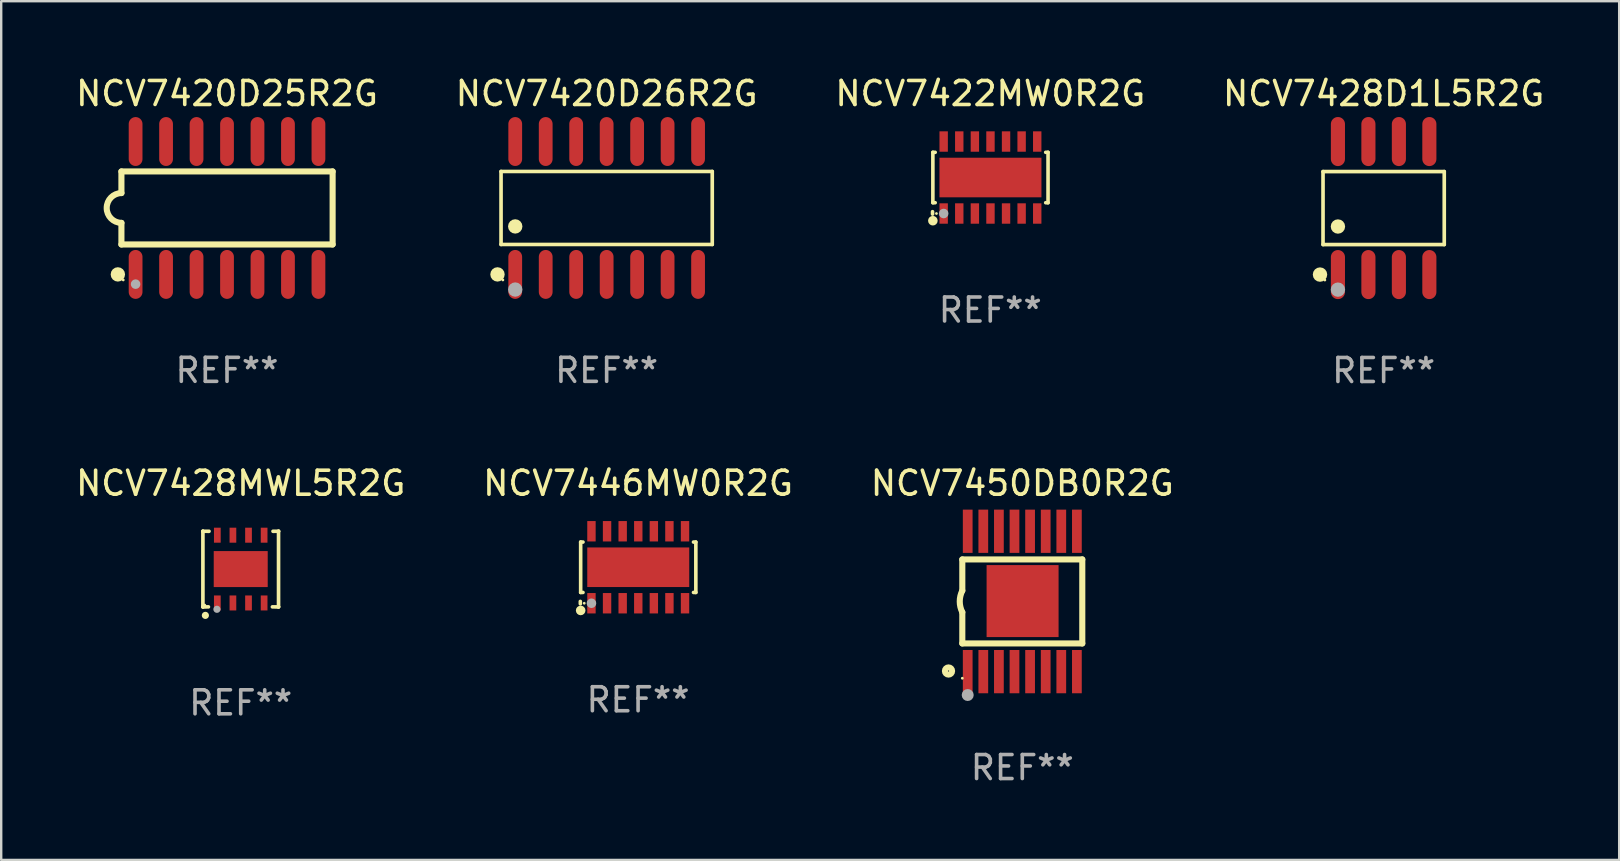
<source format=kicad_pcb>
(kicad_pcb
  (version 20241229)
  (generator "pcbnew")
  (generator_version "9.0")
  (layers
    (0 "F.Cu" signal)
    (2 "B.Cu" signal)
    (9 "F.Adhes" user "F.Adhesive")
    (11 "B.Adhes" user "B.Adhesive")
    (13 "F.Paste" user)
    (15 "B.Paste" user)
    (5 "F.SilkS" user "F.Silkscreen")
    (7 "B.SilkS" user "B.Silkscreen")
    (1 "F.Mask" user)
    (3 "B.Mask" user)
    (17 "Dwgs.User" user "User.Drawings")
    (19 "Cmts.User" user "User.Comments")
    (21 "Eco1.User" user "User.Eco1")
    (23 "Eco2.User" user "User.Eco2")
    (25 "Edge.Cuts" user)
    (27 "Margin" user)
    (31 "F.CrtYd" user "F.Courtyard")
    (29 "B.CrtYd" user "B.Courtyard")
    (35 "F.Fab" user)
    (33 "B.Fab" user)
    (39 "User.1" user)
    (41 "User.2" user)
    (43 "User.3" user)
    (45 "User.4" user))
  (footprint "NCV7428D1L5R2G"
    (layer "F.Cu")
    (at 54.613 5.621)
    (property "Reference" "NCV7428D1L5R2G" (at 0 -4.772 0) (layer "F.SilkS") (effects (font (size 1 1) (thickness 0.15))))
    (attr through_hole)
    (fp_line (start -2.526 -1.521) (end 2.526 -1.521) (stroke (width 0.152) (type solid)) (layer "F.SilkS"))
    (fp_line (start -2.526 1.521) (end -2.526 -1.521) (stroke (width 0.152) (type solid)) (layer "F.SilkS"))
    (fp_line (start 2.526 -1.521) (end 2.526 1.521) (stroke (width 0.152) (type solid)) (layer "F.SilkS"))
    (fp_line (start 2.526 1.521) (end -2.526 1.521) (stroke (width 0.152) (type solid)) (layer "F.SilkS"))
    (fp_circle (center -2.652 2.772) (end -2.501 2.772) (stroke (width 0.3) (type solid)) (fill no) (layer "F.SilkS"))
    (fp_circle (center -2.45 3) (end -2.42 3) (stroke (width 0.06) (type solid)) (fill no) (layer "F.SilkS"))
    (fp_circle (center -1.905 0.769) (end -1.755 0.769) (stroke (width 0.3) (type solid)) (fill no) (layer "F.SilkS"))
    (fp_circle (center -1.905 3.4) (end -1.755 3.4) (stroke (width 0.3) (type solid)) (fill no) (layer "F.Fab"))
    (fp_text user "REF**" (at 0 6.772 0) (layer "F.Fab") (effects (font (size 1 1) (thickness 0.15))))
    (pad "1" smd oval (at -1.905 2.772) (size 0.588 2.045) (layers "F.Cu" "F.Mask" "F.Paste"))
    (pad "2" smd oval (at -0.635 2.772) (size 0.588 2.045) (layers "F.Cu" "F.Mask" "F.Paste"))
    (pad "3" smd oval (at 0.635 2.772) (size 0.588 2.045) (layers "F.Cu" "F.Mask" "F.Paste"))
    (pad "4" smd oval (at 1.905 2.772) (size 0.588 2.045) (layers "F.Cu" "F.Mask" "F.Paste"))
    (pad "5" smd oval (at 1.905 -2.772) (size 0.588 2.045) (layers "F.Cu" "F.Mask" "F.Paste"))
    (pad "6" smd oval (at 0.635 -2.772) (size 0.588 2.045) (layers "F.Cu" "F.Mask" "F.Paste"))
    (pad "7" smd oval (at -0.635 -2.772) (size 0.588 2.045) (layers "F.Cu" "F.Mask" "F.Paste"))
    (pad "8" smd oval (at -1.905 -2.772) (size 0.588 2.045) (layers "F.Cu" "F.Mask" "F.Paste")))
  (footprint "NCV7420D26R2G"
    (layer "F.Cu")
    (at 22.232 5.617)
    (property "Reference" "NCV7420D26R2G" (at 0 -4.769 0) (layer "F.SilkS") (effects (font (size 1 1) (thickness 0.15))))
    (attr through_hole)
    (fp_line (start -4.401 -1.521) (end 4.401 -1.521) (stroke (width 0.152) (type solid)) (layer "F.SilkS"))
    (fp_line (start -4.401 1.521) (end -4.401 -1.521) (stroke (width 0.152) (type solid)) (layer "F.SilkS"))
    (fp_line (start 4.401 -1.521) (end 4.401 1.521) (stroke (width 0.152) (type solid)) (layer "F.SilkS"))
    (fp_line (start 4.401 1.521) (end -4.401 1.521) (stroke (width 0.152) (type solid)) (layer "F.SilkS"))
    (fp_circle (center -4.549 2.769) (end -4.399 2.769) (stroke (width 0.3) (type solid)) (fill no) (layer "F.SilkS"))
    (fp_circle (center -4.325 3) (end -4.295 3) (stroke (width 0.06) (type solid)) (fill no) (layer "F.SilkS"))
    (fp_circle (center -3.81 0.769) (end -3.66 0.769) (stroke (width 0.3) (type solid)) (fill no) (layer "F.SilkS"))
    (fp_circle (center -3.81 3.4) (end -3.66 3.4) (stroke (width 0.3) (type solid)) (fill no) (layer "F.Fab"))
    (fp_text user "REF**" (at 0 6.769 0) (layer "F.Fab") (effects (font (size 1 1) (thickness 0.15))))
    (pad "1" smd oval (at -3.81 2.769) (size 0.574 2.038) (layers "F.Cu" "F.Mask" "F.Paste"))
    (pad "2" smd oval (at -2.54 2.769) (size 0.574 2.038) (layers "F.Cu" "F.Mask" "F.Paste"))
    (pad "3" smd oval (at -1.27 2.769) (size 0.574 2.038) (layers "F.Cu" "F.Mask" "F.Paste"))
    (pad "4" smd oval (at 0 2.769) (size 0.574 2.038) (layers "F.Cu" "F.Mask" "F.Paste"))
    (pad "5" smd oval (at 1.27 2.769) (size 0.574 2.038) (layers "F.Cu" "F.Mask" "F.Paste"))
    (pad "6" smd oval (at 2.54 2.769) (size 0.574 2.038) (layers "F.Cu" "F.Mask" "F.Paste"))
    (pad "7" smd oval (at 3.81 2.769) (size 0.574 2.038) (layers "F.Cu" "F.Mask" "F.Paste"))
    (pad "8" smd oval (at 3.81 -2.769) (size 0.574 2.038) (layers "F.Cu" "F.Mask" "F.Paste"))
    (pad "9" smd oval (at 2.54 -2.769) (size 0.574 2.038) (layers "F.Cu" "F.Mask" "F.Paste"))
    (pad "10" smd oval (at 1.27 -2.769) (size 0.574 2.038) (layers "F.Cu" "F.Mask" "F.Paste"))
    (pad "11" smd oval (at 0 -2.769) (size 0.574 2.038) (layers "F.Cu" "F.Mask" "F.Paste"))
    (pad "12" smd oval (at -1.27 -2.769) (size 0.574 2.038) (layers "F.Cu" "F.Mask" "F.Paste"))
    (pad "13" smd oval (at -2.54 -2.769) (size 0.574 2.038) (layers "F.Cu" "F.Mask" "F.Paste"))
    (pad "14" smd oval (at -3.81 -2.769) (size 0.574 2.038) (layers "F.Cu" "F.Mask" "F.Paste")))
  (footprint "NCV7450DB0R2G"
    (layer "F.Cu")
    (at 39.554 22.015)
    (property "Reference" "NCV7450DB0R2G" (at 0 -4.925 0) (layer "F.SilkS") (effects (font (size 1 1) (thickness 0.15))))
    (attr through_hole)
    (fp_line (start -2.5 -1.75) (end -2.5 -0.45) (stroke (width 0.254) (type solid)) (layer "F.SilkS"))
    (fp_line (start -2.5 -1.75) (end 2.5 -1.75) (stroke (width 0.254) (type solid)) (layer "F.SilkS"))
    (fp_line (start -2.5 1.75) (end -2.5 0.45) (stroke (width 0.254) (type solid)) (layer "F.SilkS"))
    (fp_line (start 2.5 -1.75) (end 2.5 1.75) (stroke (width 0.254) (type solid)) (layer "F.SilkS"))
    (fp_line (start 2.5 1.75) (end -2.5 1.75) (stroke (width 0.254) (type solid)) (layer "F.SilkS"))
    (fp_arc (start -2.500254 0.450114) (mid -2.606409 0.000033) (end -2.5 -0.449987) (stroke (width 0.254001) (type solid)) (layer "F.SilkS"))
    (fp_circle (center -3.075 2.899) (end -2.925 2.899) (stroke (width 0.254) (type solid)) (fill no) (layer "F.SilkS"))
    (fp_circle (center -2.5 3.2) (end -2.47 3.2) (stroke (width 0.06) (type solid)) (fill no) (layer "F.SilkS"))
    (fp_circle (center -2.275 3.9) (end -2.15 3.9) (stroke (width 0.25) (type solid)) (fill no) (layer "F.Fab"))
    (fp_text user "REF**" (at 0 6.925 0) (layer "F.Fab") (effects (font (size 1 1) (thickness 0.15))))
    (pad "1" smd rect (at -2.275 2.925 90) (size 1.803 0.406) (layers "F.Cu" "F.Mask" "F.Paste"))
    (pad "2" smd rect (at -1.625 2.925 90) (size 1.803 0.406) (layers "F.Cu" "F.Mask" "F.Paste"))
    (pad "3" smd rect (at -0.975 2.925 90) (size 1.803 0.406) (layers "F.Cu" "F.Mask" "F.Paste"))
    (pad "4" smd rect (at -0.325 2.925 90) (size 1.803 0.406) (layers "F.Cu" "F.Mask" "F.Paste"))
    (pad "5" smd rect (at 0.325 2.925 90) (size 1.803 0.406) (layers "F.Cu" "F.Mask" "F.Paste"))
    (pad "6" smd rect (at 0.975 2.925 90) (size 1.803 0.406) (layers "F.Cu" "F.Mask" "F.Paste"))
    (pad "7" smd rect (at 1.625 2.925 90) (size 1.803 0.406) (layers "F.Cu" "F.Mask" "F.Paste"))
    (pad "8" smd rect (at 2.275 2.925 90) (size 1.803 0.406) (layers "F.Cu" "F.Mask" "F.Paste"))
    (pad "9" smd rect (at 2.275 -2.925 90) (size 1.803 0.406) (layers "F.Cu" "F.Mask" "F.Paste"))
    (pad "10" smd rect (at 1.625 -2.925 90) (size 1.803 0.406) (layers "F.Cu" "F.Mask" "F.Paste"))
    (pad "11" smd rect (at 0.975 -2.925 90) (size 1.803 0.406) (layers "F.Cu" "F.Mask" "F.Paste"))
    (pad "12" smd rect (at 0.325 -2.925 90) (size 1.803 0.406) (layers "F.Cu" "F.Mask" "F.Paste"))
    (pad "13" smd rect (at -0.325 -2.925 90) (size 1.803 0.406) (layers "F.Cu" "F.Mask" "F.Paste"))
    (pad "14" smd rect (at -0.975 -2.925 90) (size 1.803 0.406) (layers "F.Cu" "F.Mask" "F.Paste"))
    (pad "15" smd rect (at -1.625 -2.925 90) (size 1.803 0.406) (layers "F.Cu" "F.Mask" "F.Paste"))
    (pad "16" smd rect (at -2.275 -2.925 90) (size 1.803 0.406) (layers "F.Cu" "F.Mask" "F.Paste"))
    (pad "17" smd rect (at 0.012 -0.015 90) (size 3 3) (layers "F.Cu" "F.Mask" "F.Paste")))
  (footprint "NCV7422MW0R2G"
    (layer "F.Cu")
    (at 38.22 4.36)
    (property "Reference" "NCV7422MW0R2G" (at 0 -3.512 0) (layer "F.SilkS") (effects (font (size 1 1) (thickness 0.15))))
    (attr through_hole)
    (fp_line (start -2.407 1.512) (end -2.407 1.412) (stroke (width 0.15) (type solid)) (layer "F.SilkS"))
    (fp_line (start -2.393 -1.062) (end -2.393 1.038) (stroke (width 0.15) (type solid)) (layer "F.SilkS"))
    (fp_line (start -2.393 -1.062) (end -2.296 -1.062) (stroke (width 0.15) (type solid)) (layer "F.SilkS"))
    (fp_line (start -2.296 1.038) (end -2.393 1.038) (stroke (width 0.15) (type solid)) (layer "F.SilkS"))
    (fp_line (start 2.309 -1.062) (end 2.407 -1.062) (stroke (width 0.15) (type solid)) (layer "F.SilkS"))
    (fp_line (start 2.407 -1.062) (end 2.407 1.038) (stroke (width 0.15) (type solid)) (layer "F.SilkS"))
    (fp_line (start 2.407 1.038) (end 2.309 1.038) (stroke (width 0.15) (type solid)) (layer "F.SilkS"))
    (fp_circle (center -2.393 1.788) (end -2.293 1.788) (stroke (width 0.2) (type solid)) (fill no) (layer "F.SilkS"))
    (fp_circle (center -2.244 1.488) (end -2.214 1.488) (stroke (width 0.06) (type solid)) (fill no) (layer "F.SilkS"))
    (fp_circle (center -1.943 1.488) (end -1.843 1.488) (stroke (width 0.2) (type solid)) (fill no) (layer "F.Fab"))
    (fp_text user "REF**" (at 0 5.512 0) (layer "F.Fab") (effects (font (size 1 1) (thickness 0.15))))
    (pad "1" smd rect (at -1.943 1.488 90) (size 0.85 0.35) (layers "F.Cu" "F.Mask" "F.Paste"))
    (pad "2" smd rect (at -1.293 1.488 90) (size 0.85 0.35) (layers "F.Cu" "F.Mask" "F.Paste"))
    (pad "3" smd rect (at -0.642 1.488 90) (size 0.85 0.35) (layers "F.Cu" "F.Mask" "F.Paste"))
    (pad "4" smd rect (at 0.008 1.488 90) (size 0.85 0.35) (layers "F.Cu" "F.Mask" "F.Paste"))
    (pad "5" smd rect (at 0.657 1.488 90) (size 0.85 0.35) (layers "F.Cu" "F.Mask" "F.Paste"))
    (pad "6" smd rect (at 1.306 1.488 90) (size 0.85 0.35) (layers "F.Cu" "F.Mask" "F.Paste"))
    (pad "7" smd rect (at 1.956 1.488 90) (size 0.85 0.35) (layers "F.Cu" "F.Mask" "F.Paste"))
    (pad "8" smd rect (at 1.956 -1.512 90) (size 0.85 0.35) (layers "F.Cu" "F.Mask" "F.Paste"))
    (pad "9" smd rect (at 1.306 -1.512 90) (size 0.85 0.35) (layers "F.Cu" "F.Mask" "F.Paste"))
    (pad "10" smd rect (at 0.657 -1.512 90) (size 0.85 0.35) (layers "F.Cu" "F.Mask" "F.Paste"))
    (pad "11" smd rect (at 0.008 -1.512 90) (size 0.85 0.35) (layers "F.Cu" "F.Mask" "F.Paste"))
    (pad "12" smd rect (at -0.642 -1.512 90) (size 0.85 0.35) (layers "F.Cu" "F.Mask" "F.Paste"))
    (pad "13" smd rect (at -1.293 -1.512 90) (size 0.85 0.35) (layers "F.Cu" "F.Mask" "F.Paste"))
    (pad "14" smd rect (at -1.943 -1.512 90) (size 0.85 0.35) (layers "F.Cu" "F.Mask" "F.Paste"))
    (pad "15" smd rect (at 0.007 -0.012 90) (size 1.65 4.25) (layers "F.Cu" "F.Mask" "F.Paste")))
  (footprint "NCV7446MW0R2G"
    (layer "F.Cu")
    (at 23.542 20.602)
    (property "Reference" "NCV7446MW0R2G" (at 0 -3.512 0) (layer "F.SilkS") (effects (font (size 1 1) (thickness 0.15))))
    (attr through_hole)
    (fp_line (start -2.407 1.512) (end -2.407 1.412) (stroke (width 0.15) (type solid)) (layer "F.SilkS"))
    (fp_line (start -2.393 -1.062) (end -2.393 1.038) (stroke (width 0.15) (type solid)) (layer "F.SilkS"))
    (fp_line (start -2.393 -1.062) (end -2.296 -1.062) (stroke (width 0.15) (type solid)) (layer "F.SilkS"))
    (fp_line (start -2.296 1.038) (end -2.393 1.038) (stroke (width 0.15) (type solid)) (layer "F.SilkS"))
    (fp_line (start 2.309 -1.062) (end 2.407 -1.062) (stroke (width 0.15) (type solid)) (layer "F.SilkS"))
    (fp_line (start 2.407 -1.062) (end 2.407 1.038) (stroke (width 0.15) (type solid)) (layer "F.SilkS"))
    (fp_line (start 2.407 1.038) (end 2.309 1.038) (stroke (width 0.15) (type solid)) (layer "F.SilkS"))
    (fp_circle (center -2.393 1.788) (end -2.293 1.788) (stroke (width 0.2) (type solid)) (fill no) (layer "F.SilkS"))
    (fp_circle (center -2.244 1.488) (end -2.214 1.488) (stroke (width 0.06) (type solid)) (fill no) (layer "F.SilkS"))
    (fp_circle (center -1.943 1.488) (end -1.843 1.488) (stroke (width 0.2) (type solid)) (fill no) (layer "F.Fab"))
    (fp_text user "REF**" (at 0 5.512 0) (layer "F.Fab") (effects (font (size 1 1) (thickness 0.15))))
    (pad "1" smd rect (at -1.943 1.488 90) (size 0.85 0.35) (layers "F.Cu" "F.Mask" "F.Paste"))
    (pad "2" smd rect (at -1.293 1.488 90) (size 0.85 0.35) (layers "F.Cu" "F.Mask" "F.Paste"))
    (pad "3" smd rect (at -0.642 1.488 90) (size 0.85 0.35) (layers "F.Cu" "F.Mask" "F.Paste"))
    (pad "4" smd rect (at 0.008 1.488 90) (size 0.85 0.35) (layers "F.Cu" "F.Mask" "F.Paste"))
    (pad "5" smd rect (at 0.657 1.488 90) (size 0.85 0.35) (layers "F.Cu" "F.Mask" "F.Paste"))
    (pad "6" smd rect (at 1.306 1.488 90) (size 0.85 0.35) (layers "F.Cu" "F.Mask" "F.Paste"))
    (pad "7" smd rect (at 1.956 1.488 90) (size 0.85 0.35) (layers "F.Cu" "F.Mask" "F.Paste"))
    (pad "8" smd rect (at 1.956 -1.512 90) (size 0.85 0.35) (layers "F.Cu" "F.Mask" "F.Paste"))
    (pad "9" smd rect (at 1.306 -1.512 90) (size 0.85 0.35) (layers "F.Cu" "F.Mask" "F.Paste"))
    (pad "10" smd rect (at 0.657 -1.512 90) (size 0.85 0.35) (layers "F.Cu" "F.Mask" "F.Paste"))
    (pad "11" smd rect (at 0.008 -1.512 90) (size 0.85 0.35) (layers "F.Cu" "F.Mask" "F.Paste"))
    (pad "12" smd rect (at -0.642 -1.512 90) (size 0.85 0.35) (layers "F.Cu" "F.Mask" "F.Paste"))
    (pad "13" smd rect (at -1.293 -1.512 90) (size 0.85 0.35) (layers "F.Cu" "F.Mask" "F.Paste"))
    (pad "14" smd rect (at -1.943 -1.512 90) (size 0.85 0.35) (layers "F.Cu" "F.Mask" "F.Paste"))
    (pad "15" smd rect (at 0.007 -0.012 90) (size 1.65 4.25) (layers "F.Cu" "F.Mask" "F.Paste")))
  (footprint "NCV7420D25R2G"
    (layer "F.Cu")
    (at 6.411 5.617)
    (property "Reference" "NCV7420D25R2G" (at 0 -4.769 0) (layer "F.SilkS") (effects (font (size 1 1) (thickness 0.15))))
    (attr through_hole)
    (fp_line (start -4.401 -1.522) (end -4.401 -0.622) (stroke (width 0.254) (type solid)) (layer "F.SilkS"))
    (fp_line (start -4.401 -1.522) (end 4.401 -1.522) (stroke (width 0.254) (type solid)) (layer "F.SilkS"))
    (fp_line (start -4.401 1.521) (end -4.401 0.621) (stroke (width 0.254) (type solid)) (layer "F.SilkS"))
    (fp_line (start 4.401 -1.522) (end 4.401 1.521) (stroke (width 0.254) (type solid)) (layer "F.SilkS"))
    (fp_line (start 4.401 1.521) (end -4.401 1.521) (stroke (width 0.254) (type solid)) (layer "F.SilkS"))
    (fp_arc (start -4.401219 0.621311) (mid -5.021261 -0.000419) (end -4.400101 -0.621032) (stroke (width 0.254001) (type solid)) (layer "F.SilkS"))
    (fp_circle (center -4.549 2.769) (end -4.399 2.769) (stroke (width 0.3) (type solid)) (fill no) (layer "F.SilkS"))
    (fp_circle (center -4.325 3) (end -4.295 3) (stroke (width 0.06) (type solid)) (fill no) (layer "F.SilkS"))
    (fp_circle (center -3.81 3.175) (end -3.71 3.175) (stroke (width 0.2) (type solid)) (fill no) (layer "F.Fab"))
    (fp_text user "REF**" (at 0 6.769 0) (layer "F.Fab") (effects (font (size 1 1) (thickness 0.15))))
    (pad "1" smd oval (at -3.81 2.769) (size 0.574 2.038) (layers "F.Cu" "F.Mask" "F.Paste"))
    (pad "2" smd oval (at -2.54 2.769) (size 0.574 2.038) (layers "F.Cu" "F.Mask" "F.Paste"))
    (pad "3" smd oval (at -1.27 2.769) (size 0.574 2.038) (layers "F.Cu" "F.Mask" "F.Paste"))
    (pad "4" smd oval (at -0.000051 2.769) (size 0.574 2.038) (layers "F.Cu" "F.Mask" "F.Paste"))
    (pad "5" smd oval (at 1.27 2.769) (size 0.574 2.038) (layers "F.Cu" "F.Mask" "F.Paste"))
    (pad "6" smd oval (at 2.54 2.769) (size 0.574 2.038) (layers "F.Cu" "F.Mask" "F.Paste"))
    (pad "7" smd oval (at 3.81 2.769) (size 0.574 2.038) (layers "F.Cu" "F.Mask" "F.Paste"))
    (pad "8" smd oval (at 3.81 -2.769) (size 0.574 2.038) (layers "F.Cu" "F.Mask" "F.Paste"))
    (pad "9" smd oval (at 2.54 -2.769) (size 0.574 2.038) (layers "F.Cu" "F.Mask" "F.Paste"))
    (pad "10" smd oval (at 1.27 -2.769) (size 0.574 2.038) (layers "F.Cu" "F.Mask" "F.Paste"))
    (pad "11" smd oval (at -0.000051 -2.769) (size 0.574 2.038) (layers "F.Cu" "F.Mask" "F.Paste"))
    (pad "12" smd oval (at -1.27 -2.769) (size 0.574 2.038) (layers "F.Cu" "F.Mask" "F.Paste"))
    (pad "13" smd oval (at -2.54 -2.769) (size 0.574 2.038) (layers "F.Cu" "F.Mask" "F.Paste"))
    (pad "14" smd oval (at -3.81 -2.769) (size 0.574 2.038) (layers "F.Cu" "F.Mask" "F.Paste")))
  (footprint "NCV7428MWL5R2G"
    (layer "F.Cu")
    (at 6.982 20.666)
    (property "Reference" "NCV7428MWL5R2G" (at 0 -3.576 0) (layer "F.SilkS") (effects (font (size 1 1) (thickness 0.15))))
    (attr through_hole)
    (fp_line (start -1.576 -1.576) (end -1.576 -1.576) (stroke (width 0.152) (type solid)) (layer "F.SilkS"))
    (fp_line (start -1.576 -1.576) (end -1.576 1.576) (stroke (width 0.152) (type solid)) (layer "F.SilkS"))
    (fp_line (start -1.576 1.576) (end -1.576 1.576) (stroke (width 0.152) (type solid)) (layer "F.SilkS"))
    (fp_line (start -1.576 1.576) (end -1.346 1.575) (stroke (width 0.152) (type solid)) (layer "F.SilkS"))
    (fp_line (start -1.321 -1.575) (end -1.576 -1.576) (stroke (width 0.152) (type solid)) (layer "F.SilkS"))
    (fp_line (start 1.321 1.575) (end 1.576 1.576) (stroke (width 0.152) (type solid)) (layer "F.SilkS"))
    (fp_line (start 1.576 -1.576) (end 1.346 -1.575) (stroke (width 0.152) (type solid)) (layer "F.SilkS"))
    (fp_line (start 1.576 -1.576) (end 1.576 -1.576) (stroke (width 0.152) (type solid)) (layer "F.SilkS"))
    (fp_line (start 1.576 1.576) (end 1.576 -1.576) (stroke (width 0.152) (type solid)) (layer "F.SilkS"))
    (fp_line (start 1.576 1.576) (end 1.576 1.576) (stroke (width 0.152) (type solid)) (layer "F.SilkS"))
    (fp_circle (center -1.5 1.5) (end -1.47 1.5) (stroke (width 0.06) (type solid)) (fill no) (layer "F.SilkS"))
    (fp_circle (center -1.473 1.93) (end -1.398 1.93) (stroke (width 0.15) (type solid)) (fill no) (layer "F.SilkS"))
    (fp_circle (center -0.991 1.676) (end -0.916 1.676) (stroke (width 0.15) (type solid)) (fill no) (layer "F.Fab"))
    (fp_text user "REF**" (at 0 5.576 0) (layer "F.Fab") (effects (font (size 1 1) (thickness 0.15))))
    (pad "1" smd rect (at -0.975 1.412) (size 0.28 0.625) (layers "F.Cu" "F.Mask" "F.Paste"))
    (pad "2" smd rect (at -0.325 1.412) (size 0.28 0.625) (layers "F.Cu" "F.Mask" "F.Paste"))
    (pad "3" smd rect (at 0.325 1.412) (size 0.28 0.625) (layers "F.Cu" "F.Mask" "F.Paste"))
    (pad "4" smd rect (at 0.975 1.412) (size 0.28 0.625) (layers "F.Cu" "F.Mask" "F.Paste"))
    (pad "5" smd rect (at 0.975 -1.412) (size 0.28 0.625) (layers "F.Cu" "F.Mask" "F.Paste"))
    (pad "6" smd rect (at 0.325 -1.412) (size 0.28 0.625) (layers "F.Cu" "F.Mask" "F.Paste"))
    (pad "7" smd rect (at -0.325 -1.412) (size 0.28 0.625) (layers "F.Cu" "F.Mask" "F.Paste"))
    (pad "8" smd rect (at -0.975 -1.412) (size 0.28 0.625) (layers "F.Cu" "F.Mask" "F.Paste"))
    (pad "9" smd rect (at 0 0) (size 2.25 1.5) (layers "F.Cu" "F.Mask" "F.Paste")))
  (gr_rect
    (start -3 -3)
    (end 64.429 32.788)
    (stroke (width 0.1) (type default))
    (fill no)
    (layer "Edge.Cuts")))
</source>
